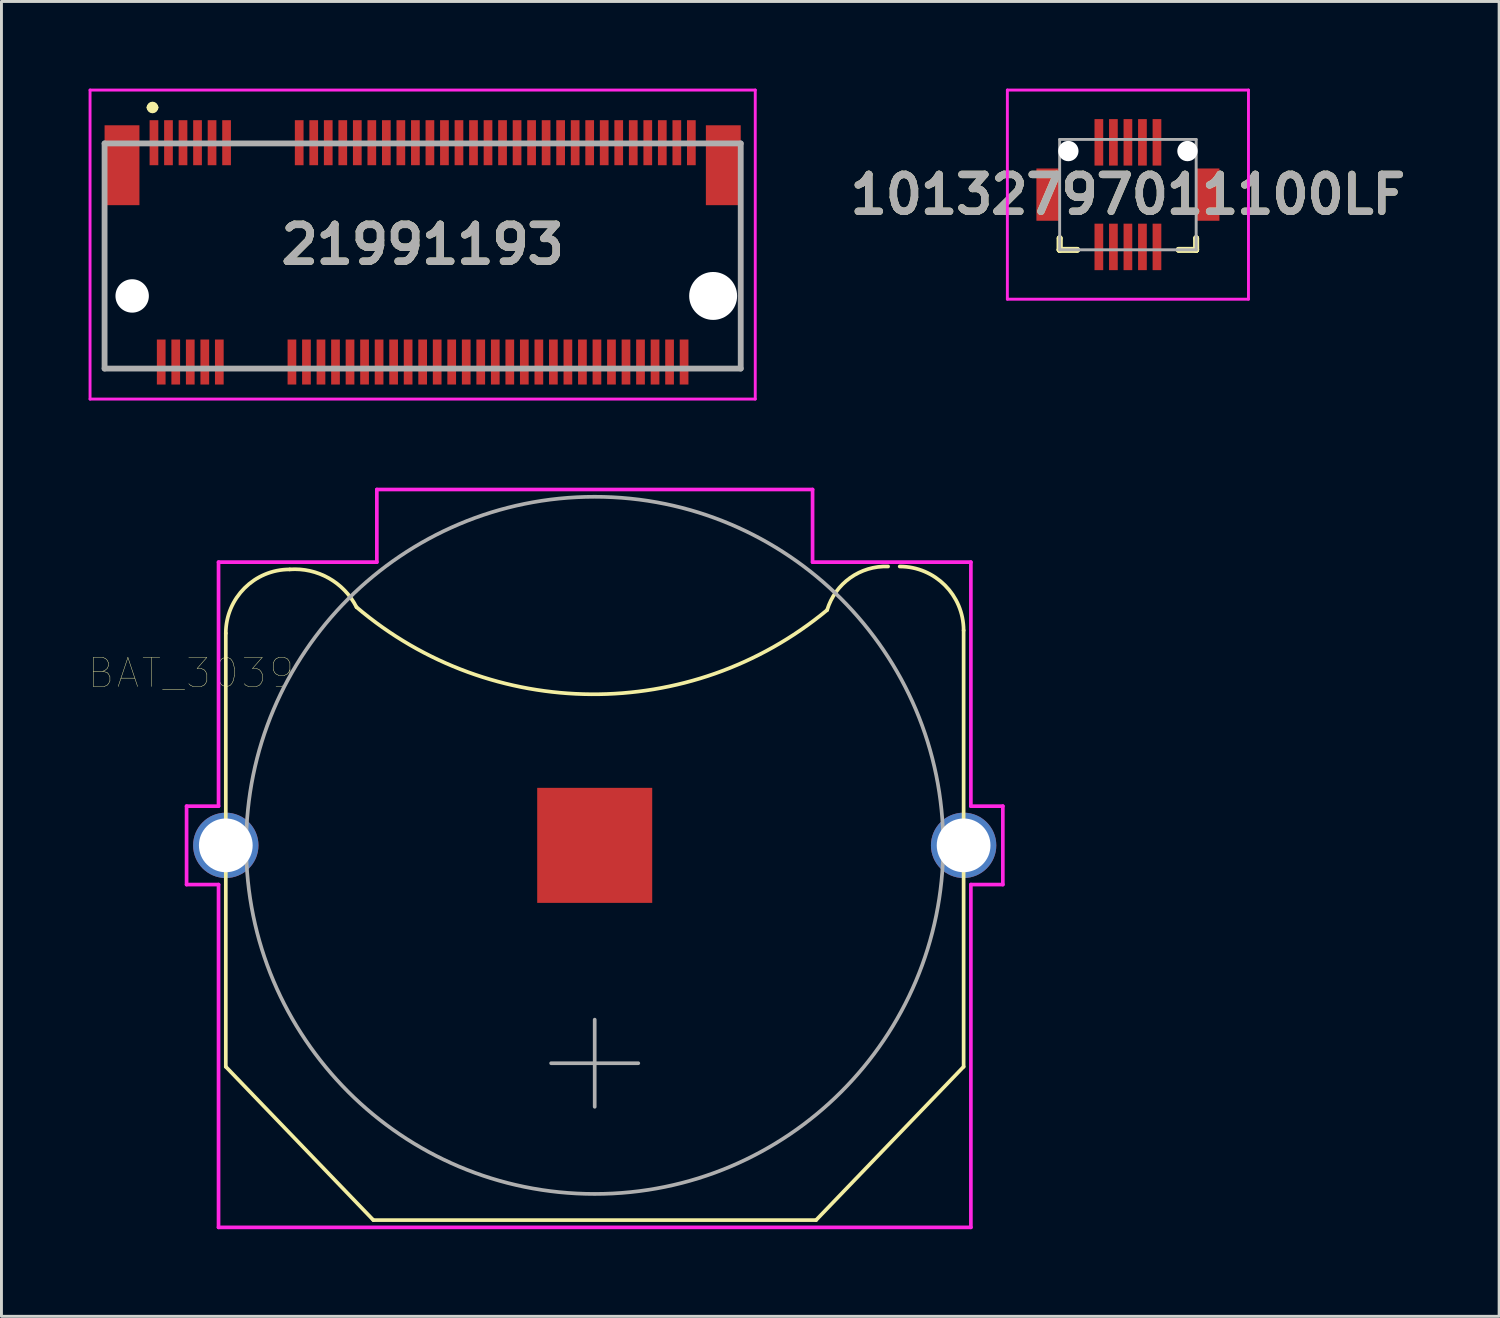
<source format=kicad_pcb>
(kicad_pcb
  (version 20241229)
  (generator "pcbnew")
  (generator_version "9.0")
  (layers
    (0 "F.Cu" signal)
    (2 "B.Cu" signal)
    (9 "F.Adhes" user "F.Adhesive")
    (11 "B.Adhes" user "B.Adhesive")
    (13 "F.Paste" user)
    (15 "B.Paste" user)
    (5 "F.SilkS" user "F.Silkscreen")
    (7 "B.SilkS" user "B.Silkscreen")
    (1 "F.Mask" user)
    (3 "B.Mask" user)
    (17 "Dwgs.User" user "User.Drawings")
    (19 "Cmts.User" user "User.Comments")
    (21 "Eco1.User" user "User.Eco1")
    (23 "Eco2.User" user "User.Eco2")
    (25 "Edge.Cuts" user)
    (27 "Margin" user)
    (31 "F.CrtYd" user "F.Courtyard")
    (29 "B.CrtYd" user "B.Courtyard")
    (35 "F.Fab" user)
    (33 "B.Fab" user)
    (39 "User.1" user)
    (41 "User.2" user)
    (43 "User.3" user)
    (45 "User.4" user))
  (footprint "10132797011100LF"
    (layer "F.Cu")
    (at 37.829 2.15)
    (property "Reference" "10132797011100LF" (at -2.05 1.5 0) (layer "F.SilkS") (effects (font (size 1.27 1.27) (thickness 0.254))))
    (attr through_hole)
    (fp_line (start -4.4 3) (end -4.4 3) (stroke (width 0.2) (type solid)) (layer "F.SilkS"))
    (fp_line (start -4.4 3) (end -4.4 3.4) (stroke (width 0.2) (type solid)) (layer "F.SilkS"))
    (fp_line (start -4.4 3.4) (end -4.4 3) (stroke (width 0.2) (type solid)) (layer "F.SilkS"))
    (fp_line (start -4.4 3.4) (end -4.4 3.4) (stroke (width 0.2) (type solid)) (layer "F.SilkS"))
    (fp_line (start -4.4 3.4) (end -4.4 3.4) (stroke (width 0.2) (type solid)) (layer "F.SilkS"))
    (fp_line (start -4.4 3.4) (end -3.8 3.4) (stroke (width 0.2) (type solid)) (layer "F.SilkS"))
    (fp_line (start -3.8 3.4) (end -4.4 3.4) (stroke (width 0.2) (type solid)) (layer "F.SilkS"))
    (fp_line (start -3.8 3.4) (end -3.8 3.4) (stroke (width 0.2) (type solid)) (layer "F.SilkS"))
    (fp_line (start -0.3 3.4) (end -0.3 3.4) (stroke (width 0.2) (type solid)) (layer "F.SilkS"))
    (fp_line (start -0.3 3.4) (end 0.3 3.4) (stroke (width 0.2) (type solid)) (layer "F.SilkS"))
    (fp_line (start 0.3 3) (end 0.3 3) (stroke (width 0.2) (type solid)) (layer "F.SilkS"))
    (fp_line (start 0.3 3) (end 0.3 3.4) (stroke (width 0.2) (type solid)) (layer "F.SilkS"))
    (fp_line (start 0.3 3.4) (end -0.3 3.4) (stroke (width 0.2) (type solid)) (layer "F.SilkS"))
    (fp_line (start 0.3 3.4) (end 0.3 3) (stroke (width 0.2) (type solid)) (layer "F.SilkS"))
    (fp_line (start 0.3 3.4) (end 0.3 3.4) (stroke (width 0.2) (type solid)) (layer "F.SilkS"))
    (fp_line (start 0.3 3.4) (end 0.3 3.4) (stroke (width 0.2) (type solid)) (layer "F.SilkS"))
    (fp_line (start -6.2 -2.1) (end 2.1 -2.1) (stroke (width 0.1) (type solid)) (layer "F.CrtYd"))
    (fp_line (start -6.2 5.1) (end -6.2 -2.1) (stroke (width 0.1) (type solid)) (layer "F.CrtYd"))
    (fp_line (start 2.1 -2.1) (end 2.1 5.1) (stroke (width 0.1) (type solid)) (layer "F.CrtYd"))
    (fp_line (start 2.1 5.1) (end -6.2 5.1) (stroke (width 0.1) (type solid)) (layer "F.CrtYd"))
    (fp_line (start -4.4 -0.4) (end -4.4 3.4) (stroke (width 0.1) (type solid)) (layer "F.Fab"))
    (fp_line (start -4.4 3.4) (end 0.3 3.4) (stroke (width 0.1) (type solid)) (layer "F.Fab"))
    (fp_line (start 0.3 -0.4) (end -4.4 -0.4) (stroke (width 0.1) (type solid)) (layer "F.Fab"))
    (fp_line (start 0.3 3.4) (end 0.3 -0.4) (stroke (width 0.1) (type solid)) (layer "F.Fab"))
    (fp_text user "${REFERENCE}" (at -2.05 1.5 0) (layer "F.Fab") (effects (font (size 1.27 1.27) (thickness 0.254))))
    (pad "" np_thru_hole circle (at -4.1 0) (size 0.7 0.7) (drill 0.7) (layers "*.Cu" "*.Mask"))
    (pad "" np_thru_hole circle (at 0 0) (size 0.7 0.7) (drill 0.7) (layers "*.Cu" "*.Mask"))
    (pad "1" smd rect (at -1.05 -0.3) (size 0.3 1.6) (layers "F.Cu" "F.Mask" "F.Paste"))
    (pad "2" smd rect (at -1.55 -0.3) (size 0.3 1.6) (layers "F.Cu" "F.Mask" "F.Paste"))
    (pad "3" smd rect (at -2.05 -0.3) (size 0.3 1.6) (layers "F.Cu" "F.Mask" "F.Paste"))
    (pad "4" smd rect (at -2.55 -0.3) (size 0.3 1.6) (layers "F.Cu" "F.Mask" "F.Paste"))
    (pad "5" smd rect (at -3.05 -0.3) (size 0.3 1.6) (layers "F.Cu" "F.Mask" "F.Paste"))
    (pad "6" smd rect (at -3.05 3.3) (size 0.3 1.6) (layers "F.Cu" "F.Mask" "F.Paste"))
    (pad "7" smd rect (at -2.55 3.3) (size 0.3 1.6) (layers "F.Cu" "F.Mask" "F.Paste"))
    (pad "8" smd rect (at -2.05 3.3) (size 0.3 1.6) (layers "F.Cu" "F.Mask" "F.Paste"))
    (pad "9" smd rect (at -1.55 3.3) (size 0.3 1.6) (layers "F.Cu" "F.Mask" "F.Paste"))
    (pad "10" smd rect (at -1.05 3.3) (size 0.3 1.6) (layers "F.Cu" "F.Mask" "F.Paste"))
    (pad "MP1" smd rect (at 0.7 1.5) (size 0.8 1.8) (layers "F.Cu" "F.Mask" "F.Paste"))
    (pad "MP2" smd rect (at -4.8 1.5) (size 0.8 1.8) (layers "F.Cu" "F.Mask" "F.Paste")))
  (footprint "21991193"
    (layer "F.Cu")
    (at 11.5 5.369)
    (property "Reference" "21991193" (at 0 0 0) (layer "F.SilkS") (effects (font (size 1.27 1.27) (thickness 0.254))))
    (attr through_hole)
    (fp_line (start -10.95 -0.619) (end -10.95 4.269) (stroke (width 0.1) (type solid)) (layer "F.SilkS"))
    (fp_line (start -10.95 4.269) (end -10 4.269) (stroke (width 0.1) (type solid)) (layer "F.SilkS"))
    (fp_line (start -9.4 -4.719) (end -9.4 -4.719) (stroke (width 0.2) (type solid)) (layer "F.SilkS"))
    (fp_line (start -9.2 -4.719) (end -9.2 -4.719) (stroke (width 0.2) (type solid)) (layer "F.SilkS"))
    (fp_line (start -6 -3.481) (end -5 -3.481) (stroke (width 0.1) (type solid)) (layer "F.SilkS"))
    (fp_line (start -6 4.269) (end -5.5 4.269) (stroke (width 0.1) (type solid)) (layer "F.SilkS"))
    (fp_line (start 10 4.269) (end 10.95 4.269) (stroke (width 0.1) (type solid)) (layer "F.SilkS"))
    (fp_line (start 10.95 -0.619) (end 10.95 0.881) (stroke (width 0.1) (type solid)) (layer "F.SilkS"))
    (fp_line (start 10.95 4.269) (end 10.95 2.881) (stroke (width 0.1) (type solid)) (layer "F.SilkS"))
    (fp_arc (start -9.4 -4.719) (mid -9.3 -4.819) (end -9.2 -4.719) (stroke (width 0.2) (type solid)) (layer "F.SilkS"))
    (fp_arc (start -9.2 -4.719) (mid -9.3 -4.619) (end -9.4 -4.719) (stroke (width 0.2) (type solid)) (layer "F.SilkS"))
    (fp_line (start -11.45 -5.319) (end 11.45 -5.319) (stroke (width 0.1) (type solid)) (layer "F.CrtYd"))
    (fp_line (start -11.45 5.319) (end -11.45 -5.319) (stroke (width 0.1) (type solid)) (layer "F.CrtYd"))
    (fp_line (start 11.45 -5.319) (end 11.45 5.319) (stroke (width 0.1) (type solid)) (layer "F.CrtYd"))
    (fp_line (start 11.45 5.319) (end -11.45 5.319) (stroke (width 0.1) (type solid)) (layer "F.CrtYd"))
    (fp_line (start -10.95 -3.481) (end 10.95 -3.481) (stroke (width 0.2) (type solid)) (layer "F.Fab"))
    (fp_line (start -10.95 4.269) (end -10.95 -3.481) (stroke (width 0.2) (type solid)) (layer "F.Fab"))
    (fp_line (start 10.95 -3.481) (end 10.95 4.269) (stroke (width 0.2) (type solid)) (layer "F.Fab"))
    (fp_line (start 10.95 4.269) (end -10.95 4.269) (stroke (width 0.2) (type solid)) (layer "F.Fab"))
    (fp_text user "${REFERENCE}" (at 0 0 0) (layer "F.Fab") (effects (font (size 1.27 1.27) (thickness 0.254))))
    (pad "" np_thru_hole circle (at -10 1.769) (size 1.15 1.15) (drill 1.15) (layers "*.Cu" "*.Mask"))
    (pad "" np_thru_hole circle (at 10 1.769) (size 1.65 1.65) (drill 1.65) (layers "*.Cu" "*.Mask"))
    (pad "1" smd rect (at -9.25 -3.506) (size 0.3 1.55) (layers "F.Cu" "F.Mask" "F.Paste"))
    (pad "2" smd rect (at -9 4.044) (size 0.3 1.55) (layers "F.Cu" "F.Mask" "F.Paste"))
    (pad "3" smd rect (at -8.75 -3.506) (size 0.3 1.55) (layers "F.Cu" "F.Mask" "F.Paste"))
    (pad "4" smd rect (at -8.5 4.044) (size 0.3 1.55) (layers "F.Cu" "F.Mask" "F.Paste"))
    (pad "5" smd rect (at -8.25 -3.506) (size 0.3 1.55) (layers "F.Cu" "F.Mask" "F.Paste"))
    (pad "6" smd rect (at -8 4.044) (size 0.3 1.55) (layers "F.Cu" "F.Mask" "F.Paste"))
    (pad "7" smd rect (at -7.75 -3.506) (size 0.3 1.55) (layers "F.Cu" "F.Mask" "F.Paste"))
    (pad "8" smd rect (at -7.5 4.044) (size 0.3 1.55) (layers "F.Cu" "F.Mask" "F.Paste"))
    (pad "9" smd rect (at -7.25 -3.506) (size 0.3 1.55) (layers "F.Cu" "F.Mask" "F.Paste"))
    (pad "10" smd rect (at -7 4.044) (size 0.3 1.55) (layers "F.Cu" "F.Mask" "F.Paste"))
    (pad "11" smd rect (at -6.75 -3.506) (size 0.3 1.55) (layers "F.Cu" "F.Mask" "F.Paste"))
    (pad "20" smd rect (at -4.5 4.044) (size 0.3 1.55) (layers "F.Cu" "F.Mask" "F.Paste"))
    (pad "21" smd rect (at -4.25 -3.506) (size 0.3 1.55) (layers "F.Cu" "F.Mask" "F.Paste"))
    (pad "22" smd rect (at -4 4.044) (size 0.3 1.55) (layers "F.Cu" "F.Mask" "F.Paste"))
    (pad "23" smd rect (at -3.75 -3.506) (size 0.3 1.55) (layers "F.Cu" "F.Mask" "F.Paste"))
    (pad "24" smd rect (at -3.5 4.044) (size 0.3 1.55) (layers "F.Cu" "F.Mask" "F.Paste"))
    (pad "25" smd rect (at -3.25 -3.506) (size 0.3 1.55) (layers "F.Cu" "F.Mask" "F.Paste"))
    (pad "26" smd rect (at -3 4.044) (size 0.3 1.55) (layers "F.Cu" "F.Mask" "F.Paste"))
    (pad "27" smd rect (at -2.75 -3.506) (size 0.3 1.55) (layers "F.Cu" "F.Mask" "F.Paste"))
    (pad "28" smd rect (at -2.5 4.044) (size 0.3 1.55) (layers "F.Cu" "F.Mask" "F.Paste"))
    (pad "29" smd rect (at -2.25 -3.506) (size 0.3 1.55) (layers "F.Cu" "F.Mask" "F.Paste"))
    (pad "30" smd rect (at -2 4.044) (size 0.3 1.55) (layers "F.Cu" "F.Mask" "F.Paste"))
    (pad "31" smd rect (at -1.75 -3.506) (size 0.3 1.55) (layers "F.Cu" "F.Mask" "F.Paste"))
    (pad "32" smd rect (at -1.5 4.044) (size 0.3 1.55) (layers "F.Cu" "F.Mask" "F.Paste"))
    (pad "33" smd rect (at -1.25 -3.506) (size 0.3 1.55) (layers "F.Cu" "F.Mask" "F.Paste"))
    (pad "34" smd rect (at -1 4.044) (size 0.3 1.55) (layers "F.Cu" "F.Mask" "F.Paste"))
    (pad "35" smd rect (at -0.75 -3.506) (size 0.3 1.55) (layers "F.Cu" "F.Mask" "F.Paste"))
    (pad "36" smd rect (at -0.5 4.044) (size 0.3 1.55) (layers "F.Cu" "F.Mask" "F.Paste"))
    (pad "37" smd rect (at -0.25 -3.506) (size 0.3 1.55) (layers "F.Cu" "F.Mask" "F.Paste"))
    (pad "38" smd rect (at 0 4.044) (size 0.3 1.55) (layers "F.Cu" "F.Mask" "F.Paste"))
    (pad "39" smd rect (at 0.25 -3.506) (size 0.3 1.55) (layers "F.Cu" "F.Mask" "F.Paste"))
    (pad "40" smd rect (at 0.5 4.044) (size 0.3 1.55) (layers "F.Cu" "F.Mask" "F.Paste"))
    (pad "41" smd rect (at 0.75 -3.506) (size 0.3 1.55) (layers "F.Cu" "F.Mask" "F.Paste"))
    (pad "42" smd rect (at 1 4.044) (size 0.3 1.55) (layers "F.Cu" "F.Mask" "F.Paste"))
    (pad "43" smd rect (at 1.25 -3.506) (size 0.3 1.55) (layers "F.Cu" "F.Mask" "F.Paste"))
    (pad "44" smd rect (at 1.5 4.044) (size 0.3 1.55) (layers "F.Cu" "F.Mask" "F.Paste"))
    (pad "45" smd rect (at 1.75 -3.506) (size 0.3 1.55) (layers "F.Cu" "F.Mask" "F.Paste"))
    (pad "46" smd rect (at 2 4.044) (size 0.3 1.55) (layers "F.Cu" "F.Mask" "F.Paste"))
    (pad "47" smd rect (at 2.25 -3.506) (size 0.3 1.55) (layers "F.Cu" "F.Mask" "F.Paste"))
    (pad "48" smd rect (at 2.5 4.044) (size 0.3 1.55) (layers "F.Cu" "F.Mask" "F.Paste"))
    (pad "49" smd rect (at 2.75 -3.506) (size 0.3 1.55) (layers "F.Cu" "F.Mask" "F.Paste"))
    (pad "50" smd rect (at 3 4.044) (size 0.3 1.55) (layers "F.Cu" "F.Mask" "F.Paste"))
    (pad "51" smd rect (at 3.25 -3.506) (size 0.3 1.55) (layers "F.Cu" "F.Mask" "F.Paste"))
    (pad "52" smd rect (at 3.5 4.044) (size 0.3 1.55) (layers "F.Cu" "F.Mask" "F.Paste"))
    (pad "53" smd rect (at 3.75 -3.506) (size 0.3 1.55) (layers "F.Cu" "F.Mask" "F.Paste"))
    (pad "54" smd rect (at 4 4.044) (size 0.3 1.55) (layers "F.Cu" "F.Mask" "F.Paste"))
    (pad "55" smd rect (at 4.25 -3.506) (size 0.3 1.55) (layers "F.Cu" "F.Mask" "F.Paste"))
    (pad "56" smd rect (at 4.5 4.044) (size 0.3 1.55) (layers "F.Cu" "F.Mask" "F.Paste"))
    (pad "57" smd rect (at 4.75 -3.506) (size 0.3 1.55) (layers "F.Cu" "F.Mask" "F.Paste"))
    (pad "58" smd rect (at 5 4.044) (size 0.3 1.55) (layers "F.Cu" "F.Mask" "F.Paste"))
    (pad "59" smd rect (at 5.25 -3.506) (size 0.3 1.55) (layers "F.Cu" "F.Mask" "F.Paste"))
    (pad "60" smd rect (at 5.5 4.044) (size 0.3 1.55) (layers "F.Cu" "F.Mask" "F.Paste"))
    (pad "61" smd rect (at 5.75 -3.506) (size 0.3 1.55) (layers "F.Cu" "F.Mask" "F.Paste"))
    (pad "62" smd rect (at 6 4.044) (size 0.3 1.55) (layers "F.Cu" "F.Mask" "F.Paste"))
    (pad "63" smd rect (at 6.25 -3.506) (size 0.3 1.55) (layers "F.Cu" "F.Mask" "F.Paste"))
    (pad "64" smd rect (at 6.5 4.044) (size 0.3 1.55) (layers "F.Cu" "F.Mask" "F.Paste"))
    (pad "65" smd rect (at 6.75 -3.506) (size 0.3 1.55) (layers "F.Cu" "F.Mask" "F.Paste"))
    (pad "66" smd rect (at 7 4.044) (size 0.3 1.55) (layers "F.Cu" "F.Mask" "F.Paste"))
    (pad "67" smd rect (at 7.25 -3.506) (size 0.3 1.55) (layers "F.Cu" "F.Mask" "F.Paste"))
    (pad "68" smd rect (at 7.5 4.044) (size 0.3 1.55) (layers "F.Cu" "F.Mask" "F.Paste"))
    (pad "69" smd rect (at 7.75 -3.506) (size 0.3 1.55) (layers "F.Cu" "F.Mask" "F.Paste"))
    (pad "70" smd rect (at 8 4.044) (size 0.3 1.55) (layers "F.Cu" "F.Mask" "F.Paste"))
    (pad "71" smd rect (at 8.25 -3.506) (size 0.3 1.55) (layers "F.Cu" "F.Mask" "F.Paste"))
    (pad "72" smd rect (at 8.5 4.044) (size 0.3 1.55) (layers "F.Cu" "F.Mask" "F.Paste"))
    (pad "73" smd rect (at 8.75 -3.506) (size 0.3 1.55) (layers "F.Cu" "F.Mask" "F.Paste"))
    (pad "74" smd rect (at 9 4.044) (size 0.3 1.55) (layers "F.Cu" "F.Mask" "F.Paste"))
    (pad "75" smd rect (at 9.25 -3.506) (size 0.3 1.55) (layers "F.Cu" "F.Mask" "F.Paste"))
    (pad "MP1" smd rect (at -10.35 -2.731) (size 1.2 2.75) (layers "F.Cu" "F.Mask" "F.Paste"))
    (pad "MP2" smd rect (at 10.35 -2.731) (size 1.2 2.75) (layers "F.Cu" "F.Mask" "F.Paste")))
  (footprint "BAT_3039"
    (layer "F.Cu")
    (at 17.423 26.052)
    (property "Reference" "BAT_3039" (at -13.901 -5.932 180) (layer "F.SilkS") (effects (font (size 1.001 1.001) (thickness 0.015))))
    (attr through_hole)
    (fp_line (start -12.7 -7.3) (end -12.7 7.62) (stroke (width 0.127) (type solid)) (layer "F.SilkS"))
    (fp_line (start -12.7 7.62) (end -7.62 12.9) (stroke (width 0.127) (type solid)) (layer "F.SilkS"))
    (fp_line (start -7.62 12.9) (end 7.62 12.9) (stroke (width 0.127) (type solid)) (layer "F.SilkS"))
    (fp_line (start 7.62 12.9) (end 12.7 7.62) (stroke (width 0.127) (type solid)) (layer "F.SilkS"))
    (fp_line (start 12.7 7.62) (end 12.7 -7.4) (stroke (width 0.127) (type solid)) (layer "F.SilkS"))
    (fp_arc (start -12.7 -7.3) (mid -12.055635 -8.855635) (end -10.5 -9.5) (stroke (width 0.127) (type solid)) (layer "F.SilkS"))
    (fp_arc (start -10.5 -9.5) (mid -9.153196 -9.198192) (end -8.2 -8.2) (stroke (width 0.127) (type solid)) (layer "F.SilkS"))
    (fp_arc (start 8 -8.100001) (mid 8.793921 -9.208511) (end 10.1 -9.6) (stroke (width 0.127) (type solid)) (layer "F.SilkS"))
    (fp_arc (start 8 -8.1) (mid -0.118198 -5.201841) (end -8.2 -8.2) (stroke (width 0.127) (type solid)) (layer "F.SilkS"))
    (fp_arc (start 10.5 -9.6) (mid 12.055635 -8.955635) (end 12.7 -7.4) (stroke (width 0.127) (type solid)) (layer "F.SilkS"))
    (fp_line (start -14.05 -1.35) (end -12.95 -1.35) (stroke (width 0.127) (type solid)) (layer "F.CrtYd"))
    (fp_line (start -14.05 1.35) (end -14.05 -1.35) (stroke (width 0.127) (type solid)) (layer "F.CrtYd"))
    (fp_line (start -12.95 -9.75) (end -7.5 -9.75) (stroke (width 0.127) (type solid)) (layer "F.CrtYd"))
    (fp_line (start -12.95 -1.35) (end -12.95 -9.75) (stroke (width 0.127) (type solid)) (layer "F.CrtYd"))
    (fp_line (start -12.95 1.35) (end -14.05 1.35) (stroke (width 0.127) (type solid)) (layer "F.CrtYd"))
    (fp_line (start -12.95 13.15) (end -12.95 1.35) (stroke (width 0.127) (type solid)) (layer "F.CrtYd"))
    (fp_line (start -7.5 -12.25) (end 7.5 -12.25) (stroke (width 0.127) (type solid)) (layer "F.CrtYd"))
    (fp_line (start -7.5 -9.75) (end -7.5 -12.25) (stroke (width 0.127) (type solid)) (layer "F.CrtYd"))
    (fp_line (start 7.5 -12.25) (end 7.5 -9.75) (stroke (width 0.127) (type solid)) (layer "F.CrtYd"))
    (fp_line (start 7.5 -9.75) (end 12.95 -9.75) (stroke (width 0.127) (type solid)) (layer "F.CrtYd"))
    (fp_line (start 12.95 -9.75) (end 12.95 -1.35) (stroke (width 0.127) (type solid)) (layer "F.CrtYd"))
    (fp_line (start 12.95 -1.35) (end 14.05 -1.35) (stroke (width 0.127) (type solid)) (layer "F.CrtYd"))
    (fp_line (start 12.95 1.35) (end 12.95 13.15) (stroke (width 0.127) (type solid)) (layer "F.CrtYd"))
    (fp_line (start 12.95 13.15) (end -12.95 13.15) (stroke (width 0.127) (type solid)) (layer "F.CrtYd"))
    (fp_line (start 14.05 -1.35) (end 14.05 1.35) (stroke (width 0.127) (type solid)) (layer "F.CrtYd"))
    (fp_line (start 14.05 1.35) (end 12.95 1.35) (stroke (width 0.127) (type solid)) (layer "F.CrtYd"))
    (fp_line (start -1.5 7.5) (end 1.5 7.5) (stroke (width 0.127) (type solid)) (layer "F.Fab"))
    (fp_line (start 0 6) (end 0 9) (stroke (width 0.127) (type solid)) (layer "F.Fab"))
    (fp_circle (center 0 0) (end 12 0) (stroke (width 0.127) (type solid)) (fill no) (layer "F.Fab"))
    (pad "+1" thru_hole circle (at -12.7 0) (size 2.25 2.25) (drill 1.85) (layers "*.Cu" "*.Mask"))
    (pad "+2" thru_hole circle (at 12.7 0) (size 2.25 2.25) (drill 1.85) (layers "*.Cu" "*.Mask"))
    (pad "-" smd rect (at 0 0) (size 3.96 3.96) (layers "F.Cu" "F.Mask" "F.Paste")))
  (gr_rect
    (start -3 -3)
    (end 48.558 42.265)
    (stroke (width 0.1) (type default))
    (fill no)
    (layer "Edge.Cuts")))
</source>
